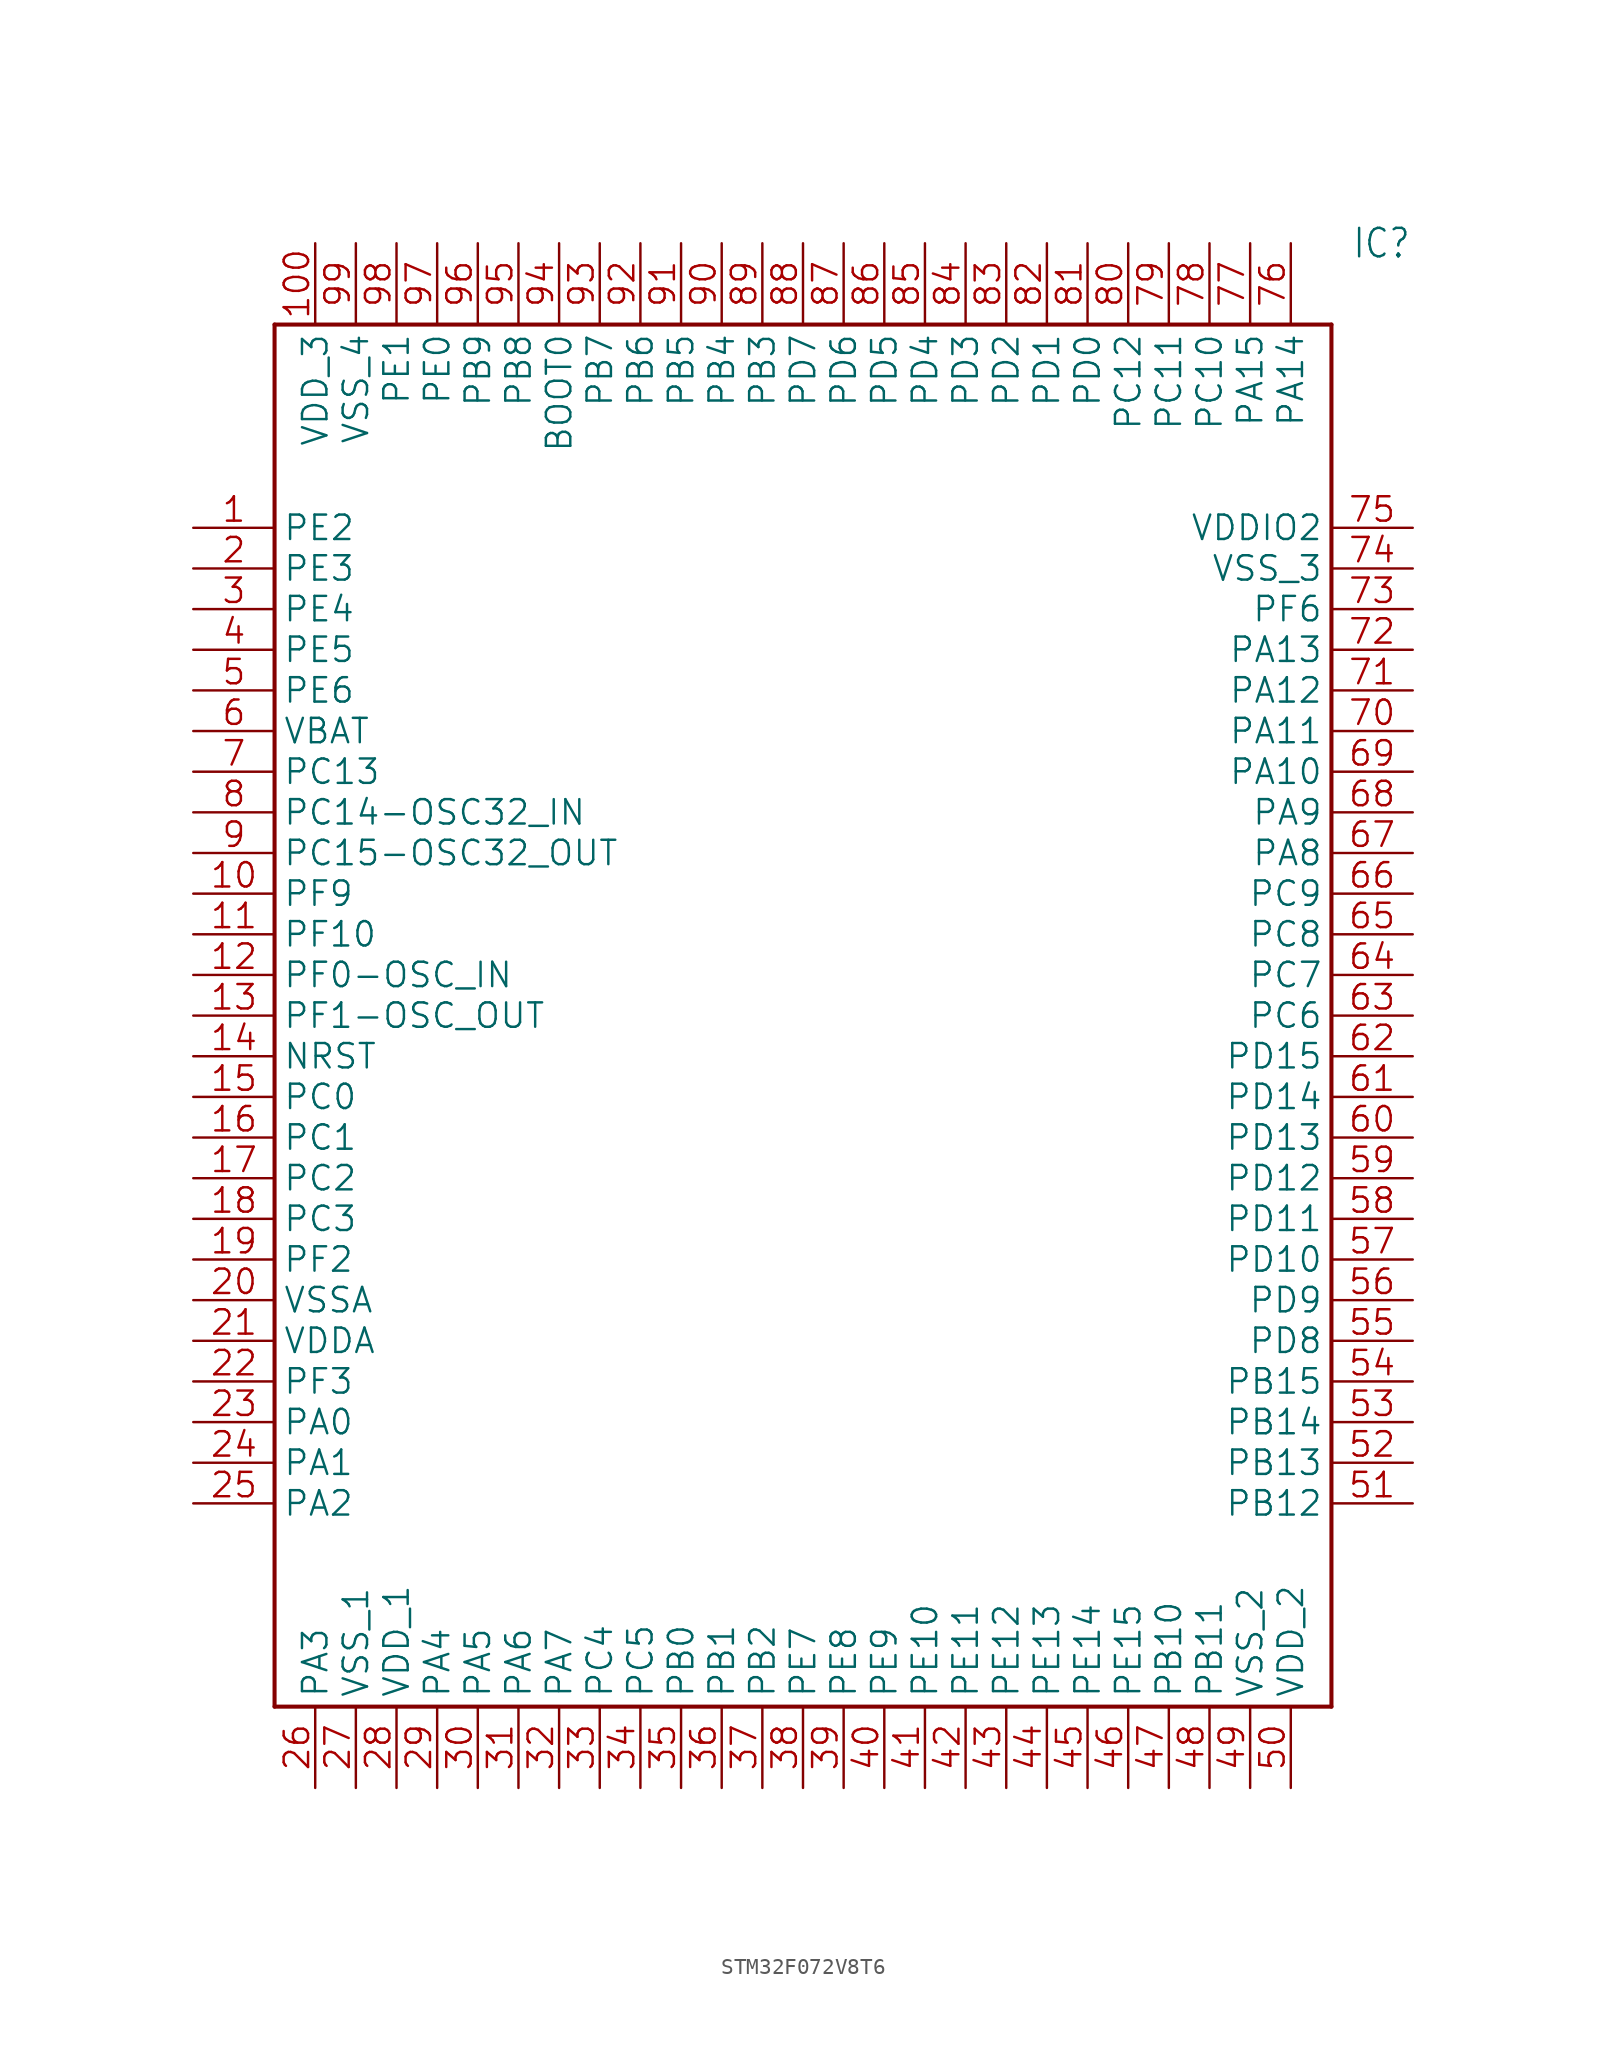
<source format=kicad_sym>
(kicad_symbol_lib
  (version 20241209)
  (generator "kicad_symbol_editor")
  (generator_version "9.0")
  (symbol "STM32F072V8T6"
    (property "Reference" "IC"
      (at 72.39 17.78 0)
      (effects (font (size 1.778 1.511)) (justify left)))
    (property "Value" ""
      (at 72.39 15.24 0)
      (effects (font (size 1.778 1.511)) (justify left)))
    (property "ki_locked" ""
      (at 0 0 0)
      (effects (font (size 1.27 1.27))))
    (symbol "STM32F072V8T6_1_0"
      (polyline (pts (xy 5.08 12.7) (xy 5.08 -73.66)) (stroke (width 0.254) (type solid)) (fill (type none)))
      (polyline (pts (xy 5.08 12.7) (xy 71.12 12.7)) (stroke (width 0.254) (type solid)) (fill (type none)))
      (polyline (pts (xy 71.12 -73.66) (xy 5.08 -73.66)) (stroke (width 0.254) (type solid)) (fill (type none)))
      (polyline (pts (xy 71.12 -73.66) (xy 71.12 12.7)) (stroke (width 0.254) (type solid)) (fill (type none)))
      (pin bidirectional line (at 0 0 0) (length 5.08) (name "PE2" (effects (font (size 1.524 1.524)))) (number "1" (effects (font (size 1.524 1.524)))))
      (pin bidirectional line (at 0 -2.54 0) (length 5.08) (name "PE3" (effects (font (size 1.524 1.524)))) (number "2" (effects (font (size 1.524 1.524)))))
      (pin bidirectional line (at 0 -5.08 0) (length 5.08) (name "PE4" (effects (font (size 1.524 1.524)))) (number "3" (effects (font (size 1.524 1.524)))))
      (pin bidirectional line (at 0 -7.62 0) (length 5.08) (name "PE5" (effects (font (size 1.524 1.524)))) (number "4" (effects (font (size 1.524 1.524)))))
      (pin bidirectional line (at 0 -10.16 0) (length 5.08) (name "PE6" (effects (font (size 1.524 1.524)))) (number "5" (effects (font (size 1.524 1.524)))))
      (pin bidirectional line (at 0 -12.7 0) (length 5.08) (name "VBAT" (effects (font (size 1.524 1.524)))) (number "6" (effects (font (size 1.524 1.524)))))
      (pin bidirectional line (at 0 -15.24 0) (length 5.08) (name "PC13" (effects (font (size 1.524 1.524)))) (number "7" (effects (font (size 1.524 1.524)))))
      (pin bidirectional line (at 0 -17.78 0) (length 5.08) (name "PC14-OSC32_IN" (effects (font (size 1.524 1.524)))) (number "8" (effects (font (size 1.524 1.524)))))
      (pin bidirectional line (at 0 -20.32 0) (length 5.08) (name "PC15-OSC32_OUT" (effects (font (size 1.524 1.524)))) (number "9" (effects (font (size 1.524 1.524)))))
      (pin bidirectional line (at 0 -22.86 0) (length 5.08) (name "PF9" (effects (font (size 1.524 1.524)))) (number "10" (effects (font (size 1.524 1.524)))))
      (pin bidirectional line (at 0 -25.4 0) (length 5.08) (name "PF10" (effects (font (size 1.524 1.524)))) (number "11" (effects (font (size 1.524 1.524)))))
      (pin bidirectional line (at 0 -27.94 0) (length 5.08) (name "PF0-OSC_IN" (effects (font (size 1.524 1.524)))) (number "12" (effects (font (size 1.524 1.524)))))
      (pin bidirectional line (at 0 -30.48 0) (length 5.08) (name "PF1-OSC_OUT" (effects (font (size 1.524 1.524)))) (number "13" (effects (font (size 1.524 1.524)))))
      (pin bidirectional line (at 0 -33.02 0) (length 5.08) (name "NRST" (effects (font (size 1.524 1.524)))) (number "14" (effects (font (size 1.524 1.524)))))
      (pin bidirectional line (at 0 -35.56 0) (length 5.08) (name "PC0" (effects (font (size 1.524 1.524)))) (number "15" (effects (font (size 1.524 1.524)))))
      (pin bidirectional line (at 0 -38.1 0) (length 5.08) (name "PC1" (effects (font (size 1.524 1.524)))) (number "16" (effects (font (size 1.524 1.524)))))
      (pin bidirectional line (at 0 -40.64 0) (length 5.08) (name "PC2" (effects (font (size 1.524 1.524)))) (number "17" (effects (font (size 1.524 1.524)))))
      (pin bidirectional line (at 0 -43.18 0) (length 5.08) (name "PC3" (effects (font (size 1.524 1.524)))) (number "18" (effects (font (size 1.524 1.524)))))
      (pin bidirectional line (at 0 -45.72 0) (length 5.08) (name "PF2" (effects (font (size 1.524 1.524)))) (number "19" (effects (font (size 1.524 1.524)))))
      (pin bidirectional line (at 0 -48.26 0) (length 5.08) (name "VSSA" (effects (font (size 1.524 1.524)))) (number "20" (effects (font (size 1.524 1.524)))))
      (pin bidirectional line (at 0 -50.8 0) (length 5.08) (name "VDDA" (effects (font (size 1.524 1.524)))) (number "21" (effects (font (size 1.524 1.524)))))
      (pin bidirectional line (at 0 -53.34 0) (length 5.08) (name "PF3" (effects (font (size 1.524 1.524)))) (number "22" (effects (font (size 1.524 1.524)))))
      (pin bidirectional line (at 0 -55.88 0) (length 5.08) (name "PA0" (effects (font (size 1.524 1.524)))) (number "23" (effects (font (size 1.524 1.524)))))
      (pin bidirectional line (at 0 -58.42 0) (length 5.08) (name "PA1" (effects (font (size 1.524 1.524)))) (number "24" (effects (font (size 1.524 1.524)))))
      (pin bidirectional line (at 0 -60.96 0) (length 5.08) (name "PA2" (effects (font (size 1.524 1.524)))) (number "25" (effects (font (size 1.524 1.524)))))
      (pin bidirectional line (at 7.62 17.78 270) (length 5.08) (name "VDD_3" (effects (font (size 1.524 1.524)))) (number "100" (effects (font (size 1.524 1.524)))))
      (pin bidirectional line (at 7.62 -78.74 90) (length 5.08) (name "PA3" (effects (font (size 1.524 1.524)))) (number "26" (effects (font (size 1.524 1.524)))))
      (pin bidirectional line (at 10.16 17.78 270) (length 5.08) (name "VSS_4" (effects (font (size 1.524 1.524)))) (number "99" (effects (font (size 1.524 1.524)))))
      (pin bidirectional line (at 10.16 -78.74 90) (length 5.08) (name "VSS_1" (effects (font (size 1.524 1.524)))) (number "27" (effects (font (size 1.524 1.524)))))
      (pin bidirectional line (at 12.7 17.78 270) (length 5.08) (name "PE1" (effects (font (size 1.524 1.524)))) (number "98" (effects (font (size 1.524 1.524)))))
      (pin bidirectional line (at 12.7 -78.74 90) (length 5.08) (name "VDD_1" (effects (font (size 1.524 1.524)))) (number "28" (effects (font (size 1.524 1.524)))))
      (pin bidirectional line (at 15.24 17.78 270) (length 5.08) (name "PE0" (effects (font (size 1.524 1.524)))) (number "97" (effects (font (size 1.524 1.524)))))
      (pin bidirectional line (at 15.24 -78.74 90) (length 5.08) (name "PA4" (effects (font (size 1.524 1.524)))) (number "29" (effects (font (size 1.524 1.524)))))
      (pin bidirectional line (at 17.78 17.78 270) (length 5.08) (name "PB9" (effects (font (size 1.524 1.524)))) (number "96" (effects (font (size 1.524 1.524)))))
      (pin bidirectional line (at 17.78 -78.74 90) (length 5.08) (name "PA5" (effects (font (size 1.524 1.524)))) (number "30" (effects (font (size 1.524 1.524)))))
      (pin bidirectional line (at 20.32 17.78 270) (length 5.08) (name "PB8" (effects (font (size 1.524 1.524)))) (number "95" (effects (font (size 1.524 1.524)))))
      (pin bidirectional line (at 20.32 -78.74 90) (length 5.08) (name "PA6" (effects (font (size 1.524 1.524)))) (number "31" (effects (font (size 1.524 1.524)))))
      (pin bidirectional line (at 22.86 17.78 270) (length 5.08) (name "BOOT0" (effects (font (size 1.524 1.524)))) (number "94" (effects (font (size 1.524 1.524)))))
      (pin bidirectional line (at 22.86 -78.74 90) (length 5.08) (name "PA7" (effects (font (size 1.524 1.524)))) (number "32" (effects (font (size 1.524 1.524)))))
      (pin bidirectional line (at 25.4 17.78 270) (length 5.08) (name "PB7" (effects (font (size 1.524 1.524)))) (number "93" (effects (font (size 1.524 1.524)))))
      (pin bidirectional line (at 25.4 -78.74 90) (length 5.08) (name "PC4" (effects (font (size 1.524 1.524)))) (number "33" (effects (font (size 1.524 1.524)))))
      (pin bidirectional line (at 27.94 17.78 270) (length 5.08) (name "PB6" (effects (font (size 1.524 1.524)))) (number "92" (effects (font (size 1.524 1.524)))))
      (pin bidirectional line (at 27.94 -78.74 90) (length 5.08) (name "PC5" (effects (font (size 1.524 1.524)))) (number "34" (effects (font (size 1.524 1.524)))))
      (pin bidirectional line (at 30.48 17.78 270) (length 5.08) (name "PB5" (effects (font (size 1.524 1.524)))) (number "91" (effects (font (size 1.524 1.524)))))
      (pin bidirectional line (at 30.48 -78.74 90) (length 5.08) (name "PB0" (effects (font (size 1.524 1.524)))) (number "35" (effects (font (size 1.524 1.524)))))
      (pin bidirectional line (at 33.02 17.78 270) (length 5.08) (name "PB4" (effects (font (size 1.524 1.524)))) (number "90" (effects (font (size 1.524 1.524)))))
      (pin bidirectional line (at 33.02 -78.74 90) (length 5.08) (name "PB1" (effects (font (size 1.524 1.524)))) (number "36" (effects (font (size 1.524 1.524)))))
      (pin bidirectional line (at 35.56 17.78 270) (length 5.08) (name "PB3" (effects (font (size 1.524 1.524)))) (number "89" (effects (font (size 1.524 1.524)))))
      (pin bidirectional line (at 35.56 -78.74 90) (length 5.08) (name "PB2" (effects (font (size 1.524 1.524)))) (number "37" (effects (font (size 1.524 1.524)))))
      (pin bidirectional line (at 38.1 17.78 270) (length 5.08) (name "PD7" (effects (font (size 1.524 1.524)))) (number "88" (effects (font (size 1.524 1.524)))))
      (pin bidirectional line (at 38.1 -78.74 90) (length 5.08) (name "PE7" (effects (font (size 1.524 1.524)))) (number "38" (effects (font (size 1.524 1.524)))))
      (pin bidirectional line (at 40.64 17.78 270) (length 5.08) (name "PD6" (effects (font (size 1.524 1.524)))) (number "87" (effects (font (size 1.524 1.524)))))
      (pin bidirectional line (at 40.64 -78.74 90) (length 5.08) (name "PE8" (effects (font (size 1.524 1.524)))) (number "39" (effects (font (size 1.524 1.524)))))
      (pin bidirectional line (at 43.18 17.78 270) (length 5.08) (name "PD5" (effects (font (size 1.524 1.524)))) (number "86" (effects (font (size 1.524 1.524)))))
      (pin bidirectional line (at 43.18 -78.74 90) (length 5.08) (name "PE9" (effects (font (size 1.524 1.524)))) (number "40" (effects (font (size 1.524 1.524)))))
      (pin bidirectional line (at 45.72 17.78 270) (length 5.08) (name "PD4" (effects (font (size 1.524 1.524)))) (number "85" (effects (font (size 1.524 1.524)))))
      (pin bidirectional line (at 45.72 -78.74 90) (length 5.08) (name "PE10" (effects (font (size 1.524 1.524)))) (number "41" (effects (font (size 1.524 1.524)))))
      (pin bidirectional line (at 48.26 17.78 270) (length 5.08) (name "PD3" (effects (font (size 1.524 1.524)))) (number "84" (effects (font (size 1.524 1.524)))))
      (pin bidirectional line (at 48.26 -78.74 90) (length 5.08) (name "PE11" (effects (font (size 1.524 1.524)))) (number "42" (effects (font (size 1.524 1.524)))))
      (pin bidirectional line (at 50.8 17.78 270) (length 5.08) (name "PD2" (effects (font (size 1.524 1.524)))) (number "83" (effects (font (size 1.524 1.524)))))
      (pin bidirectional line (at 50.8 -78.74 90) (length 5.08) (name "PE12" (effects (font (size 1.524 1.524)))) (number "43" (effects (font (size 1.524 1.524)))))
      (pin bidirectional line (at 53.34 17.78 270) (length 5.08) (name "PD1" (effects (font (size 1.524 1.524)))) (number "82" (effects (font (size 1.524 1.524)))))
      (pin bidirectional line (at 53.34 -78.74 90) (length 5.08) (name "PE13" (effects (font (size 1.524 1.524)))) (number "44" (effects (font (size 1.524 1.524)))))
      (pin bidirectional line (at 55.88 17.78 270) (length 5.08) (name "PD0" (effects (font (size 1.524 1.524)))) (number "81" (effects (font (size 1.524 1.524)))))
      (pin bidirectional line (at 55.88 -78.74 90) (length 5.08) (name "PE14" (effects (font (size 1.524 1.524)))) (number "45" (effects (font (size 1.524 1.524)))))
      (pin bidirectional line (at 58.42 17.78 270) (length 5.08) (name "PC12" (effects (font (size 1.524 1.524)))) (number "80" (effects (font (size 1.524 1.524)))))
      (pin bidirectional line (at 58.42 -78.74 90) (length 5.08) (name "PE15" (effects (font (size 1.524 1.524)))) (number "46" (effects (font (size 1.524 1.524)))))
      (pin bidirectional line (at 60.96 17.78 270) (length 5.08) (name "PC11" (effects (font (size 1.524 1.524)))) (number "79" (effects (font (size 1.524 1.524)))))
      (pin bidirectional line (at 60.96 -78.74 90) (length 5.08) (name "PB10" (effects (font (size 1.524 1.524)))) (number "47" (effects (font (size 1.524 1.524)))))
      (pin bidirectional line (at 63.5 17.78 270) (length 5.08) (name "PC10" (effects (font (size 1.524 1.524)))) (number "78" (effects (font (size 1.524 1.524)))))
      (pin bidirectional line (at 63.5 -78.74 90) (length 5.08) (name "PB11" (effects (font (size 1.524 1.524)))) (number "48" (effects (font (size 1.524 1.524)))))
      (pin bidirectional line (at 66.04 17.78 270) (length 5.08) (name "PA15" (effects (font (size 1.524 1.524)))) (number "77" (effects (font (size 1.524 1.524)))))
      (pin bidirectional line (at 66.04 -78.74 90) (length 5.08) (name "VSS_2" (effects (font (size 1.524 1.524)))) (number "49" (effects (font (size 1.524 1.524)))))
      (pin bidirectional line (at 68.58 17.78 270) (length 5.08) (name "PA14" (effects (font (size 1.524 1.524)))) (number "76" (effects (font (size 1.524 1.524)))))
      (pin bidirectional line (at 68.58 -78.74 90) (length 5.08) (name "VDD_2" (effects (font (size 1.524 1.524)))) (number "50" (effects (font (size 1.524 1.524)))))
      (pin bidirectional line (at 76.2 0 180) (length 5.08) (name "VDDIO2" (effects (font (size 1.524 1.524)))) (number "75" (effects (font (size 1.524 1.524)))))
      (pin bidirectional line (at 76.2 -2.54 180) (length 5.08) (name "VSS_3" (effects (font (size 1.524 1.524)))) (number "74" (effects (font (size 1.524 1.524)))))
      (pin bidirectional line (at 76.2 -5.08 180) (length 5.08) (name "PF6" (effects (font (size 1.524 1.524)))) (number "73" (effects (font (size 1.524 1.524)))))
      (pin bidirectional line (at 76.2 -7.62 180) (length 5.08) (name "PA13" (effects (font (size 1.524 1.524)))) (number "72" (effects (font (size 1.524 1.524)))))
      (pin bidirectional line (at 76.2 -10.16 180) (length 5.08) (name "PA12" (effects (font (size 1.524 1.524)))) (number "71" (effects (font (size 1.524 1.524)))))
      (pin bidirectional line (at 76.2 -12.7 180) (length 5.08) (name "PA11" (effects (font (size 1.524 1.524)))) (number "70" (effects (font (size 1.524 1.524)))))
      (pin bidirectional line (at 76.2 -15.24 180) (length 5.08) (name "PA10" (effects (font (size 1.524 1.524)))) (number "69" (effects (font (size 1.524 1.524)))))
      (pin bidirectional line (at 76.2 -17.78 180) (length 5.08) (name "PA9" (effects (font (size 1.524 1.524)))) (number "68" (effects (font (size 1.524 1.524)))))
      (pin bidirectional line (at 76.2 -20.32 180) (length 5.08) (name "PA8" (effects (font (size 1.524 1.524)))) (number "67" (effects (font (size 1.524 1.524)))))
      (pin bidirectional line (at 76.2 -22.86 180) (length 5.08) (name "PC9" (effects (font (size 1.524 1.524)))) (number "66" (effects (font (size 1.524 1.524)))))
      (pin bidirectional line (at 76.2 -25.4 180) (length 5.08) (name "PC8" (effects (font (size 1.524 1.524)))) (number "65" (effects (font (size 1.524 1.524)))))
      (pin bidirectional line (at 76.2 -27.94 180) (length 5.08) (name "PC7" (effects (font (size 1.524 1.524)))) (number "64" (effects (font (size 1.524 1.524)))))
      (pin bidirectional line (at 76.2 -30.48 180) (length 5.08) (name "PC6" (effects (font (size 1.524 1.524)))) (number "63" (effects (font (size 1.524 1.524)))))
      (pin bidirectional line (at 76.2 -33.02 180) (length 5.08) (name "PD15" (effects (font (size 1.524 1.524)))) (number "62" (effects (font (size 1.524 1.524)))))
      (pin bidirectional line (at 76.2 -35.56 180) (length 5.08) (name "PD14" (effects (font (size 1.524 1.524)))) (number "61" (effects (font (size 1.524 1.524)))))
      (pin bidirectional line (at 76.2 -38.1 180) (length 5.08) (name "PD13" (effects (font (size 1.524 1.524)))) (number "60" (effects (font (size 1.524 1.524)))))
      (pin bidirectional line (at 76.2 -40.64 180) (length 5.08) (name "PD12" (effects (font (size 1.524 1.524)))) (number "59" (effects (font (size 1.524 1.524)))))
      (pin bidirectional line (at 76.2 -43.18 180) (length 5.08) (name "PD11" (effects (font (size 1.524 1.524)))) (number "58" (effects (font (size 1.524 1.524)))))
      (pin bidirectional line (at 76.2 -45.72 180) (length 5.08) (name "PD10" (effects (font (size 1.524 1.524)))) (number "57" (effects (font (size 1.524 1.524)))))
      (pin bidirectional line (at 76.2 -48.26 180) (length 5.08) (name "PD9" (effects (font (size 1.524 1.524)))) (number "56" (effects (font (size 1.524 1.524)))))
      (pin bidirectional line (at 76.2 -50.8 180) (length 5.08) (name "PD8" (effects (font (size 1.524 1.524)))) (number "55" (effects (font (size 1.524 1.524)))))
      (pin bidirectional line (at 76.2 -53.34 180) (length 5.08) (name "PB15" (effects (font (size 1.524 1.524)))) (number "54" (effects (font (size 1.524 1.524)))))
      (pin bidirectional line (at 76.2 -55.88 180) (length 5.08) (name "PB14" (effects (font (size 1.524 1.524)))) (number "53" (effects (font (size 1.524 1.524)))))
      (pin bidirectional line (at 76.2 -58.42 180) (length 5.08) (name "PB13" (effects (font (size 1.524 1.524)))) (number "52" (effects (font (size 1.524 1.524)))))
      (pin bidirectional line (at 76.2 -60.96 180) (length 5.08) (name "PB12" (effects (font (size 1.524 1.524)))) (number "51" (effects (font (size 1.524 1.524))))))))
</source>
